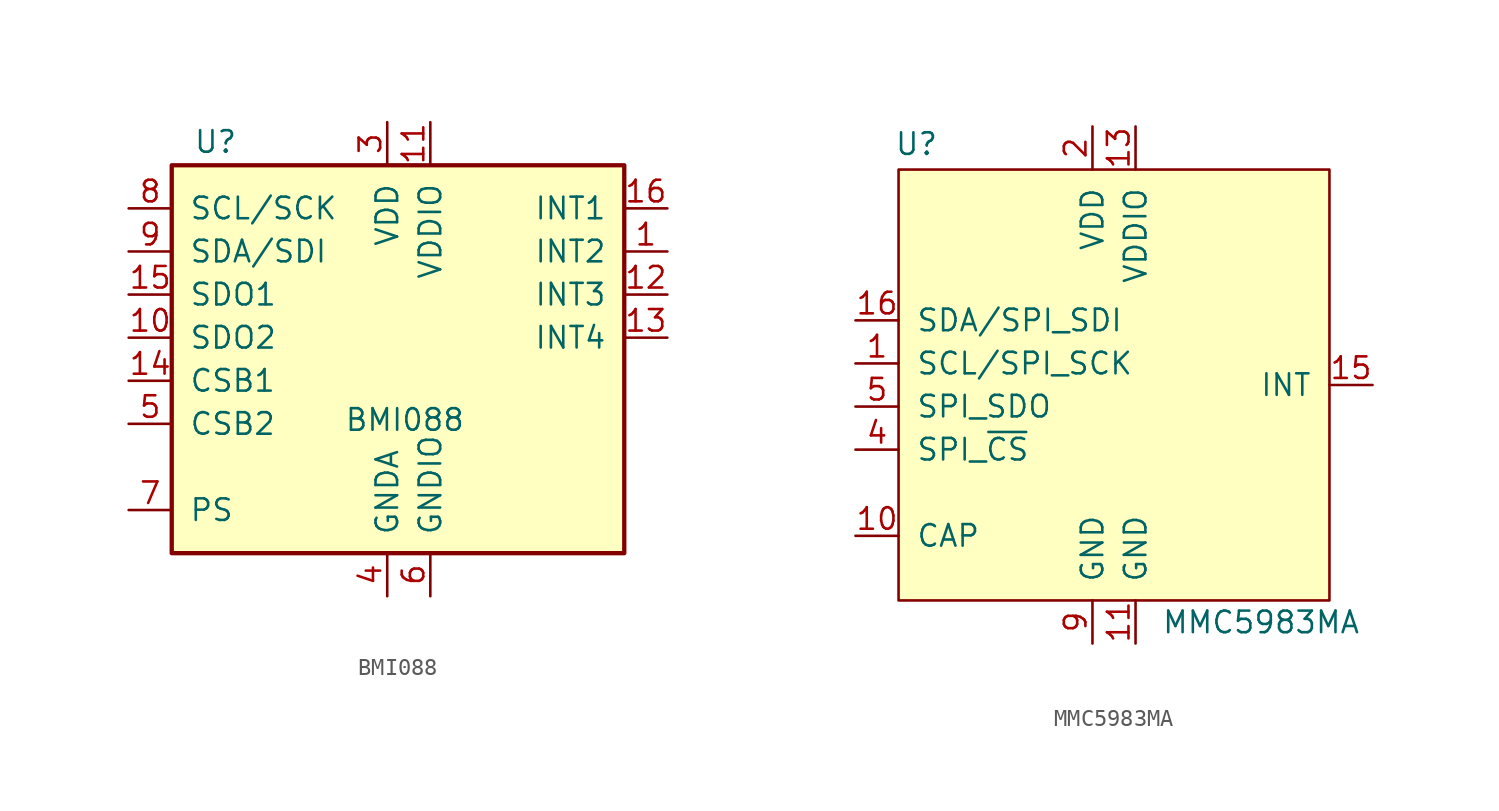
<source format=kicad_sym>
(kicad_symbol_lib
  (version 20231120)
  (generator "kicad_symbol_editor")
  (generator_version "8.0")
  (symbol "BMI088"
    (pin_names
      (offset 1.016))
    (property "Reference" "U"
      (at -12.7 12.065 0)
      (effects (font (size 1.27 1.27)) (justify left bottom)))
    (property "Value" "BMI088"
      (at -3.81 -4.318 0)
      (effects (font (size 1.27 1.27)) (justify left bottom)))
    (symbol "BMI088_0_0"
      (rectangle (start -13.97 11.43) (end 12.7 -11.43) (stroke (width 0.254) (type default)) (fill (type background)))
      (pin bidirectional line (at 15.24 6.35 180) (length 2.54) (name "INT2" (effects (font (size 1.27 1.27)))) (number "1" (effects (font (size 1.27 1.27)))))
      (pin output line (at -16.51 1.27 0) (length 2.54) (name "SDO2" (effects (font (size 1.27 1.27)))) (number "10" (effects (font (size 1.27 1.27)))))
      (pin power_in line (at 1.27 13.97 270) (length 2.54) (name "VDDIO" (effects (font (size 1.27 1.27)))) (number "11" (effects (font (size 1.27 1.27)))))
      (pin bidirectional line (at 15.24 3.81 180) (length 2.54) (name "INT3" (effects (font (size 1.27 1.27)))) (number "12" (effects (font (size 1.27 1.27)))))
      (pin bidirectional line (at 15.24 1.27 180) (length 2.54) (name "INT4" (effects (font (size 1.27 1.27)))) (number "13" (effects (font (size 1.27 1.27)))))
      (pin input line (at -16.51 -1.27 0) (length 2.54) (name "CSB1" (effects (font (size 1.27 1.27)))) (number "14" (effects (font (size 1.27 1.27)))))
      (pin output line (at -16.51 3.81 0) (length 2.54) (name "SDO1" (effects (font (size 1.27 1.27)))) (number "15" (effects (font (size 1.27 1.27)))))
      (pin bidirectional line (at 15.24 8.89 180) (length 2.54) (name "INT1" (effects (font (size 1.27 1.27)))) (number "16" (effects (font (size 1.27 1.27)))))
      (pin power_in line (at -1.27 13.97 270) (length 2.54) (name "VDD" (effects (font (size 1.27 1.27)))) (number "3" (effects (font (size 1.27 1.27)))))
      (pin power_in line (at -1.27 -13.97 90) (length 2.54) (name "GNDA" (effects (font (size 1.27 1.27)))) (number "4" (effects (font (size 1.27 1.27)))))
      (pin input line (at -16.51 -3.81 0) (length 2.54) (name "CSB2" (effects (font (size 1.27 1.27)))) (number "5" (effects (font (size 1.27 1.27)))))
      (pin power_in line (at 1.27 -13.97 90) (length 2.54) (name "GNDIO" (effects (font (size 1.27 1.27)))) (number "6" (effects (font (size 1.27 1.27)))))
      (pin input line (at -16.51 -8.89 0) (length 2.54) (name "PS" (effects (font (size 1.27 1.27)))) (number "7" (effects (font (size 1.27 1.27)))))
      (pin input line (at -16.51 8.89 0) (length 2.54) (name "SCL/SCK" (effects (font (size 1.27 1.27)))) (number "8" (effects (font (size 1.27 1.27)))))
      (pin bidirectional line (at -16.51 6.35 0) (length 2.54) (name "SDA/SDI" (effects (font (size 1.27 1.27)))) (number "9" (effects (font (size 1.27 1.27))))))
    (symbol "BMI088_1_0"
      (pin no_connect line (at 15.24 -8.89 180) (length 2.54) hide (name "NC" (effects (font (size 1.27 1.27)))) (number "2" (effects (font (size 1.27 1.27)))))))
  (symbol "MMC5983MA"
    (pin_names
      (offset 1.016))
    (property "Reference" "U"
      (at -12.954 13.462 0)
      (effects (font (size 1.27 1.27)) (justify left bottom)))
    (property "Value" "MMC5983MA"
      (at 2.794 -14.732 0)
      (effects (font (size 1.27 1.27)) (justify left bottom)))
    (symbol "MMC5983MA_0_0"
      (pin input line (at -15.24 1.27 0) (length 2.54) (name "SCL/SPI_SCK" (effects (font (size 1.27 1.27)))) (number "1" (effects (font (size 1.27 1.27)))))
      (pin power_in line (at -15.24 -8.89 0) (length 2.54) (name "CAP" (effects (font (size 1.27 1.27)))) (number "10" (effects (font (size 1.27 1.27)))))
      (pin power_in line (at 1.27 -15.24 90) (length 2.54) (name "GND" (effects (font (size 1.27 1.27)))) (number "11" (effects (font (size 1.27 1.27)))))
      (pin power_in line (at 1.27 15.24 270) (length 2.54) (name "VDDIO" (effects (font (size 1.27 1.27)))) (number "13" (effects (font (size 1.27 1.27)))))
      (pin output line (at 15.24 0 180) (length 2.54) (name "INT" (effects (font (size 1.27 1.27)))) (number "15" (effects (font (size 1.27 1.27)))))
      (pin bidirectional line (at -15.24 3.81 0) (length 2.54) (name "SDA/SPI_SDI" (effects (font (size 1.27 1.27)))) (number "16" (effects (font (size 1.27 1.27)))))
      (pin power_in line (at -1.27 15.24 270) (length 2.54) (name "VDD" (effects (font (size 1.27 1.27)))) (number "2" (effects (font (size 1.27 1.27)))))
      (pin output line (at -15.24 -1.27 0) (length 2.54) (name "SPI_SDO" (effects (font (size 1.27 1.27)))) (number "5" (effects (font (size 1.27 1.27)))))
      (pin power_in line (at -1.27 -15.24 90) (length 2.54) (name "GND" (effects (font (size 1.27 1.27)))) (number "9" (effects (font (size 1.27 1.27))))))
    (symbol "MMC5983MA_1_0"
      (pin no_connect line (at 15.24 -2.54 180) (length 2.54) hide (name "NC" (effects (font (size 1.27 1.27)))) (number "12" (effects (font (size 1.27 1.27)))))
      (pin no_connect line (at 15.24 -2.54 180) (length 2.54) hide (name "NC" (effects (font (size 1.27 1.27)))) (number "14" (effects (font (size 1.27 1.27)))))
      (pin no_connect line (at 15.24 -2.54 180) (length 2.54) hide (name "NC" (effects (font (size 1.27 1.27)))) (number "3" (effects (font (size 1.27 1.27)))))
      (pin input line (at -15.24 -3.81 0) (length 2.54) (name "SPI_~{CS}" (effects (font (size 1.27 1.27)))) (number "4" (effects (font (size 1.27 1.27)))))
      (pin no_connect line (at 15.24 -2.54 180) (length 2.54) hide (name "NC" (effects (font (size 1.27 1.27)))) (number "6" (effects (font (size 1.27 1.27)))))
      (pin no_connect line (at 15.24 -2.54 180) (length 2.54) hide (name "NC" (effects (font (size 1.27 1.27)))) (number "7" (effects (font (size 1.27 1.27)))))
      (pin no_connect line (at 15.24 -2.54 180) (length 2.54) hide (name "NC" (effects (font (size 1.27 1.27)))) (number "8" (effects (font (size 1.27 1.27))))))
    (symbol "MMC5983MA_1_1"
      (rectangle (start -12.7 12.7) (end 12.7 -12.7) (stroke (width 0) (type default)) (fill (type background))))))
</source>
